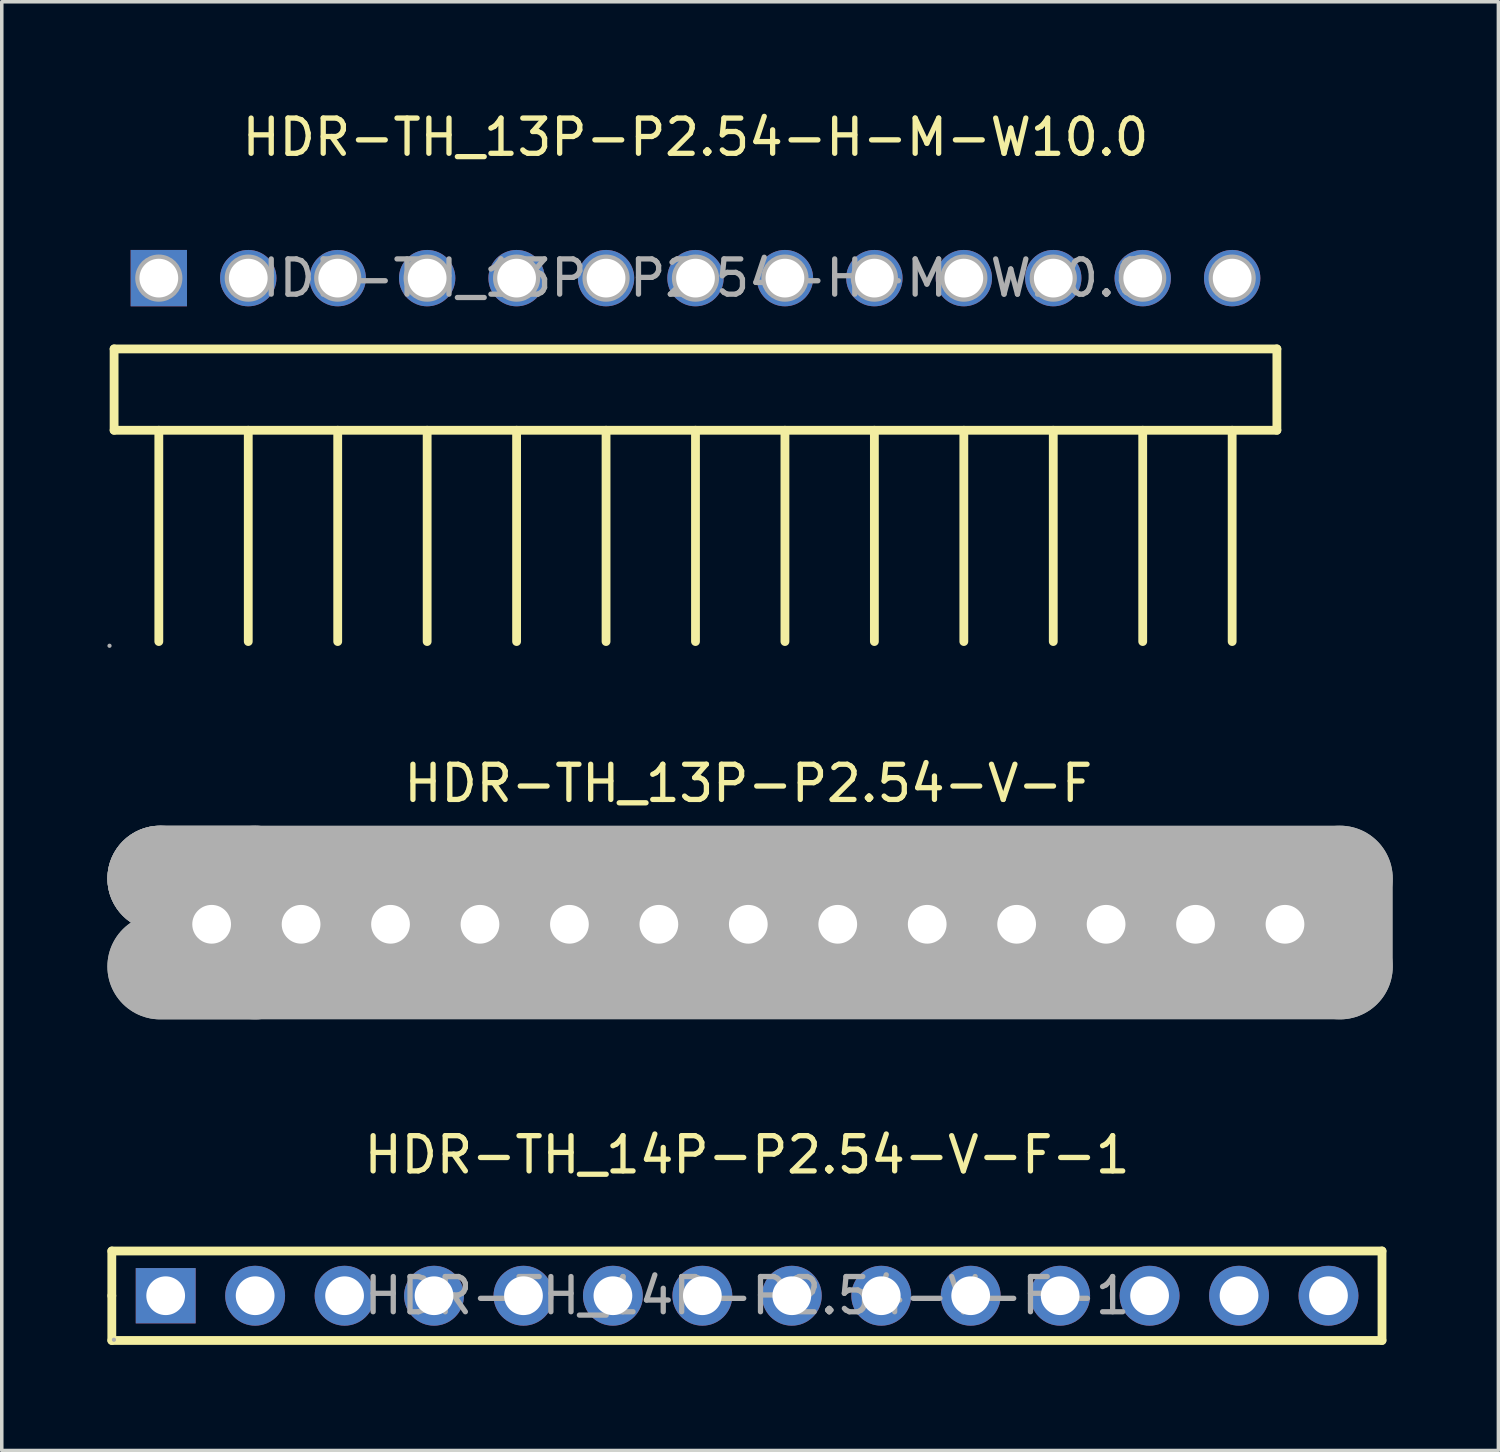
<source format=kicad_pcb>
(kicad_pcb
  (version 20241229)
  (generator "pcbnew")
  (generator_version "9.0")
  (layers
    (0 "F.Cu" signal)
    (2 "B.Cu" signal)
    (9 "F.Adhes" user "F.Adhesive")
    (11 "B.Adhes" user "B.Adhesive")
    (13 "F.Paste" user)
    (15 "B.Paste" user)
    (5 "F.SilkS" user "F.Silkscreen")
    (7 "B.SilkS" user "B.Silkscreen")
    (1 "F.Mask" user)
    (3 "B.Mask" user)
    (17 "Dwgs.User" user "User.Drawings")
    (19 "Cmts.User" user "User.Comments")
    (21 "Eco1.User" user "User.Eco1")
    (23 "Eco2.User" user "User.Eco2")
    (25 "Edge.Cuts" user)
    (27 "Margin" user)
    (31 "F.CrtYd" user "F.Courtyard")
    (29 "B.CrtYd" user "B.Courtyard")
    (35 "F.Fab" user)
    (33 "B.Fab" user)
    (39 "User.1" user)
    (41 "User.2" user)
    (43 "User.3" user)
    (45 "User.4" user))
  (footprint "HDR-TH_13P-P2.54-H-M-W10.0"
    (layer "F.Cu")
    (at 16.7 4.848)
    (property "Reference" "HDR-TH_13P-P2.54-H-M-W10.0" (at 0 -4 0) (layer "F.SilkS") (effects (font (size 1 1) (thickness 0.15))))
    (attr through_hole)
    (fp_line (start -16.51 2.01) (end -16.51 4.32) (stroke (width 0.25) (type solid)) (layer "F.SilkS"))
    (fp_line (start -16.51 2.01) (end 16.51 2.01) (stroke (width 0.25) (type solid)) (layer "F.SilkS"))
    (fp_line (start -16.51 4.32) (end 16.51 4.32) (stroke (width 0.25) (type solid)) (layer "F.SilkS"))
    (fp_line (start -15.24 4.32) (end -15.24 10.32) (stroke (width 0.25) (type solid)) (layer "F.SilkS"))
    (fp_line (start -12.7 4.32) (end -12.7 10.32) (stroke (width 0.25) (type solid)) (layer "F.SilkS"))
    (fp_line (start -10.16 4.32) (end -10.16 10.32) (stroke (width 0.25) (type solid)) (layer "F.SilkS"))
    (fp_line (start -7.62 4.32) (end -7.62 10.32) (stroke (width 0.25) (type solid)) (layer "F.SilkS"))
    (fp_line (start -5.08 4.32) (end -5.08 10.32) (stroke (width 0.25) (type solid)) (layer "F.SilkS"))
    (fp_line (start -2.54 4.32) (end -2.54 10.32) (stroke (width 0.25) (type solid)) (layer "F.SilkS"))
    (fp_line (start 0 4.32) (end 0 10.32) (stroke (width 0.25) (type solid)) (layer "F.SilkS"))
    (fp_line (start 2.54 4.32) (end 2.54 10.32) (stroke (width 0.25) (type solid)) (layer "F.SilkS"))
    (fp_line (start 5.08 4.32) (end 5.08 10.32) (stroke (width 0.25) (type solid)) (layer "F.SilkS"))
    (fp_line (start 7.62 4.32) (end 7.62 10.32) (stroke (width 0.25) (type solid)) (layer "F.SilkS"))
    (fp_line (start 10.16 4.32) (end 10.16 10.32) (stroke (width 0.25) (type solid)) (layer "F.SilkS"))
    (fp_line (start 12.7 4.32) (end 12.7 10.32) (stroke (width 0.25) (type solid)) (layer "F.SilkS"))
    (fp_line (start 15.24 4.32) (end 15.24 10.32) (stroke (width 0.25) (type solid)) (layer "F.SilkS"))
    (fp_line (start 16.51 2.01) (end 16.51 4.32) (stroke (width 0.25) (type solid)) (layer "F.SilkS"))
    (fp_circle (center -16.64 10.44) (end -16.61 10.44) (stroke (width 0.06) (type solid)) (fill no) (layer "F.Fab"))
    (fp_circle (center -15.24 0) (end -15.02 0) (stroke (width 0.45) (type solid)) (fill no) (layer "F.Fab"))
    (fp_circle (center -12.7 0) (end -12.48 0) (stroke (width 0.45) (type solid)) (fill no) (layer "F.Fab"))
    (fp_circle (center -10.16 0) (end -9.94 0) (stroke (width 0.45) (type solid)) (fill no) (layer "F.Fab"))
    (fp_circle (center -7.62 0) (end -7.4 0) (stroke (width 0.45) (type solid)) (fill no) (layer "F.Fab"))
    (fp_circle (center -5.08 0) (end -4.86 0) (stroke (width 0.45) (type solid)) (fill no) (layer "F.Fab"))
    (fp_circle (center -2.54 0) (end -2.32 0) (stroke (width 0.45) (type solid)) (fill no) (layer "F.Fab"))
    (fp_circle (center 0 0) (end 0.22 0) (stroke (width 0.45) (type solid)) (fill no) (layer "F.Fab"))
    (fp_circle (center 2.54 0) (end 2.76 0) (stroke (width 0.45) (type solid)) (fill no) (layer "F.Fab"))
    (fp_circle (center 5.08 0) (end 5.3 0) (stroke (width 0.45) (type solid)) (fill no) (layer "F.Fab"))
    (fp_circle (center 7.62 0) (end 7.84 0) (stroke (width 0.45) (type solid)) (fill no) (layer "F.Fab"))
    (fp_circle (center 10.16 0) (end 10.38 0) (stroke (width 0.45) (type solid)) (fill no) (layer "F.Fab"))
    (fp_circle (center 12.7 0) (end 12.92 0) (stroke (width 0.45) (type solid)) (fill no) (layer "F.Fab"))
    (fp_circle (center 15.24 0) (end 15.46 0) (stroke (width 0.45) (type solid)) (fill no) (layer "F.Fab"))
    (fp_text user "${REFERENCE}" (at 0 0 0) (layer "F.Fab") (effects (font (size 1 1) (thickness 0.15))))
    (pad "1" thru_hole rect (at -15.24 0) (size 1.6 1.6) (drill 1.1) (layers "*.Cu" "*.Paste" "*.Mask"))
    (pad "2" thru_hole circle (at -12.7 0) (size 1.6 1.6) (drill 1.1) (layers "*.Cu" "*.Paste" "*.Mask"))
    (pad "3" thru_hole circle (at -10.16 0) (size 1.6 1.6) (drill 1.1) (layers "*.Cu" "*.Paste" "*.Mask"))
    (pad "4" thru_hole circle (at -7.62 0) (size 1.6 1.6) (drill 1.1) (layers "*.Cu" "*.Paste" "*.Mask"))
    (pad "5" thru_hole circle (at -5.08 0) (size 1.6 1.6) (drill 1.1) (layers "*.Cu" "*.Paste" "*.Mask"))
    (pad "6" thru_hole circle (at -2.54 0) (size 1.6 1.6) (drill 1.1) (layers "*.Cu" "*.Paste" "*.Mask"))
    (pad "7" thru_hole circle (at 0 0) (size 1.6 1.6) (drill 1.1) (layers "*.Cu" "*.Paste" "*.Mask"))
    (pad "8" thru_hole circle (at 2.54 0) (size 1.6 1.6) (drill 1.1) (layers "*.Cu" "*.Paste" "*.Mask"))
    (pad "9" thru_hole circle (at 5.08 0) (size 1.6 1.6) (drill 1.1) (layers "*.Cu" "*.Paste" "*.Mask"))
    (pad "10" thru_hole circle (at 7.62 0) (size 1.6 1.6) (drill 1.1) (layers "*.Cu" "*.Paste" "*.Mask"))
    (pad "11" thru_hole circle (at 10.16 0) (size 1.6 1.6) (drill 1.1) (layers "*.Cu" "*.Paste" "*.Mask"))
    (pad "12" thru_hole circle (at 12.7 0) (size 1.6 1.6) (drill 1.1) (layers "*.Cu" "*.Paste" "*.Mask"))
    (pad "13" thru_hole circle (at 15.24 0) (size 1.6 1.6) (drill 1.1) (layers "*.Cu" "*.Paste" "*.Mask")))
  (footprint "HDR-TH_14P-P2.54-V-F-1"
    (layer "F.Cu")
    (at 18.165 33.745)
    (property "Reference" "HDR-TH_14P-P2.54-V-F-1" (at 0 -4 0) (layer "F.SilkS") (effects (font (size 1 1) (thickness 0.15))))
    (attr through_hole)
    (fp_line (start -18.04 -1.27) (end -18.04 0) (stroke (width 0.25) (type solid)) (layer "F.SilkS"))
    (fp_line (start -18.04 0) (end -18.04 1.27) (stroke (width 0.25) (type solid)) (layer "F.SilkS"))
    (fp_line (start -18.04 1.27) (end 18.03 1.27) (stroke (width 0.25) (type solid)) (layer "F.SilkS"))
    (fp_line (start 18.03 -1.27) (end -18.04 -1.27) (stroke (width 0.25) (type solid)) (layer "F.SilkS"))
    (fp_line (start 18.03 1.27) (end 18.03 -1.27) (stroke (width 0.25) (type solid)) (layer "F.SilkS"))
    (fp_circle (center -17.98 1.25) (end -17.95 1.25) (stroke (width 0.06) (type solid)) (fill no) (layer "F.Fab"))
    (fp_text user "${REFERENCE}" (at 0 0 0) (layer "F.Fab") (effects (font (size 1 1) (thickness 0.15))))
    (pad "1" thru_hole rect (at -16.51 0) (size 1.7 1.57) (drill 1.1) (layers "*.Cu" "*.Paste" "*.Mask"))
    (pad "2" thru_hole circle (at -13.97 0) (size 1.7 1.7) (drill 1.1) (layers "*.Cu" "*.Paste" "*.Mask"))
    (pad "3" thru_hole circle (at -11.43 0) (size 1.7 1.7) (drill 1.1) (layers "*.Cu" "*.Paste" "*.Mask"))
    (pad "4" thru_hole circle (at -8.89 0) (size 1.7 1.7) (drill 1.1) (layers "*.Cu" "*.Paste" "*.Mask"))
    (pad "5" thru_hole circle (at -6.35 0) (size 1.7 1.7) (drill 1.1) (layers "*.Cu" "*.Paste" "*.Mask"))
    (pad "6" thru_hole circle (at -3.81 0) (size 1.7 1.7) (drill 1.1) (layers "*.Cu" "*.Paste" "*.Mask"))
    (pad "7" thru_hole circle (at -1.27 0) (size 1.7 1.7) (drill 1.1) (layers "*.Cu" "*.Paste" "*.Mask"))
    (pad "8" thru_hole circle (at 1.27 0) (size 1.7 1.7) (drill 1.1) (layers "*.Cu" "*.Paste" "*.Mask"))
    (pad "9" thru_hole circle (at 3.81 0) (size 1.7 1.7) (drill 1.1) (layers "*.Cu" "*.Paste" "*.Mask"))
    (pad "10" thru_hole circle (at 6.35 0) (size 1.7 1.7) (drill 1.1) (layers "*.Cu" "*.Paste" "*.Mask"))
    (pad "11" thru_hole circle (at 8.89 0) (size 1.7 1.7) (drill 1.1) (layers "*.Cu" "*.Paste" "*.Mask"))
    (pad "12" thru_hole circle (at 11.43 0) (size 1.7 1.7) (drill 1.1) (layers "*.Cu" "*.Paste" "*.Mask"))
    (pad "13" thru_hole circle (at 13.97 0) (size 1.7 1.7) (drill 1.1) (layers "*.Cu" "*.Paste" "*.Mask"))
    (pad "14" thru_hole circle (at 16.51 0) (size 1.7 1.7) (drill 1.1) (layers "*.Cu" "*.Paste" "*.Mask")))
  (footprint "HDR-TH_13P-P2.54-V-F"
    (layer "F.Cu")
    (at 18.2 23.197)
    (property "Reference" "HDR-TH_13P-P2.54-V-F" (at 0 -4 0) (layer "F.SilkS") (effects (font (size 1 1) (thickness 0.15))))
    (attr through_hole)
    (fp_line (start -16.7 -1.3) (end -16.7 -1.3) (stroke (width 3) (type solid)) (layer "F.Fab"))
    (fp_line (start -16.7 -1.3) (end -16.7 -1.3) (stroke (width 3) (type solid)) (layer "F.Fab"))
    (fp_line (start -16.7 -1.3) (end -14 -1.3) (stroke (width 3) (type solid)) (layer "F.Fab"))
    (fp_line (start -16.7 -1.3) (end 16.8 -1.3) (stroke (width 3) (type solid)) (layer "F.Fab"))
    (fp_line (start -14 -1.3) (end -14 1.2) (stroke (width 3) (type solid)) (layer "F.Fab"))
    (fp_line (start -14 1.2) (end -16.7 1.2) (stroke (width 3) (type solid)) (layer "F.Fab"))
    (fp_line (start 16.8 -1.3) (end 16.8 1.2) (stroke (width 3) (type solid)) (layer "F.Fab"))
    (fp_line (start 16.8 1.2) (end -16.7 1.2) (stroke (width 3) (type solid)) (layer "F.Fab"))
    (fp_circle (center -16.7 1.25) (end -16.67 1.25) (stroke (width 0.06) (type solid)) (fill no) (layer "F.Fab"))
    (fp_text user "${REFERENCE}" (at 0 0 0) (layer "F.Fab") (effects (font (size 1 1) (thickness 0.15))))
    (pad "1" thru_hole rect (at -15.24 0) (size 1.6 1.6) (drill 1.1) (layers "*.Cu" "*.Paste" "*.Mask"))
    (pad "2" thru_hole circle (at -12.7 0) (size 1.6 1.6) (drill 1.1) (layers "*.Cu" "*.Paste" "*.Mask"))
    (pad "3" thru_hole circle (at -10.16 0) (size 1.6 1.6) (drill 1.1) (layers "*.Cu" "*.Paste" "*.Mask"))
    (pad "4" thru_hole circle (at -7.62 0) (size 1.6 1.6) (drill 1.1) (layers "*.Cu" "*.Paste" "*.Mask"))
    (pad "5" thru_hole circle (at -5.08 0) (size 1.6 1.6) (drill 1.1) (layers "*.Cu" "*.Paste" "*.Mask"))
    (pad "6" thru_hole circle (at -2.54 0) (size 1.6 1.6) (drill 1.1) (layers "*.Cu" "*.Paste" "*.Mask"))
    (pad "7" thru_hole circle (at 0 0) (size 1.6 1.6) (drill 1.1) (layers "*.Cu" "*.Paste" "*.Mask"))
    (pad "8" thru_hole circle (at 2.54 0) (size 1.6 1.6) (drill 1.1) (layers "*.Cu" "*.Paste" "*.Mask"))
    (pad "9" thru_hole circle (at 5.08 0) (size 1.6 1.6) (drill 1.1) (layers "*.Cu" "*.Paste" "*.Mask"))
    (pad "10" thru_hole circle (at 7.62 0) (size 1.6 1.6) (drill 1.1) (layers "*.Cu" "*.Paste" "*.Mask"))
    (pad "11" thru_hole circle (at 10.16 0) (size 1.6 1.6) (drill 1.1) (layers "*.Cu" "*.Paste" "*.Mask"))
    (pad "12" thru_hole circle (at 12.7 0) (size 1.6 1.6) (drill 1.1) (layers "*.Cu" "*.Paste" "*.Mask"))
    (pad "13" thru_hole circle (at 15.24 0) (size 1.6 1.6) (drill 1.1) (layers "*.Cu" "*.Paste" "*.Mask")))
  (gr_rect
    (start -3 -3)
    (end 39.5 38.14)
    (stroke (width 0.1) (type default))
    (fill no)
    (layer "Edge.Cuts")))
</source>
